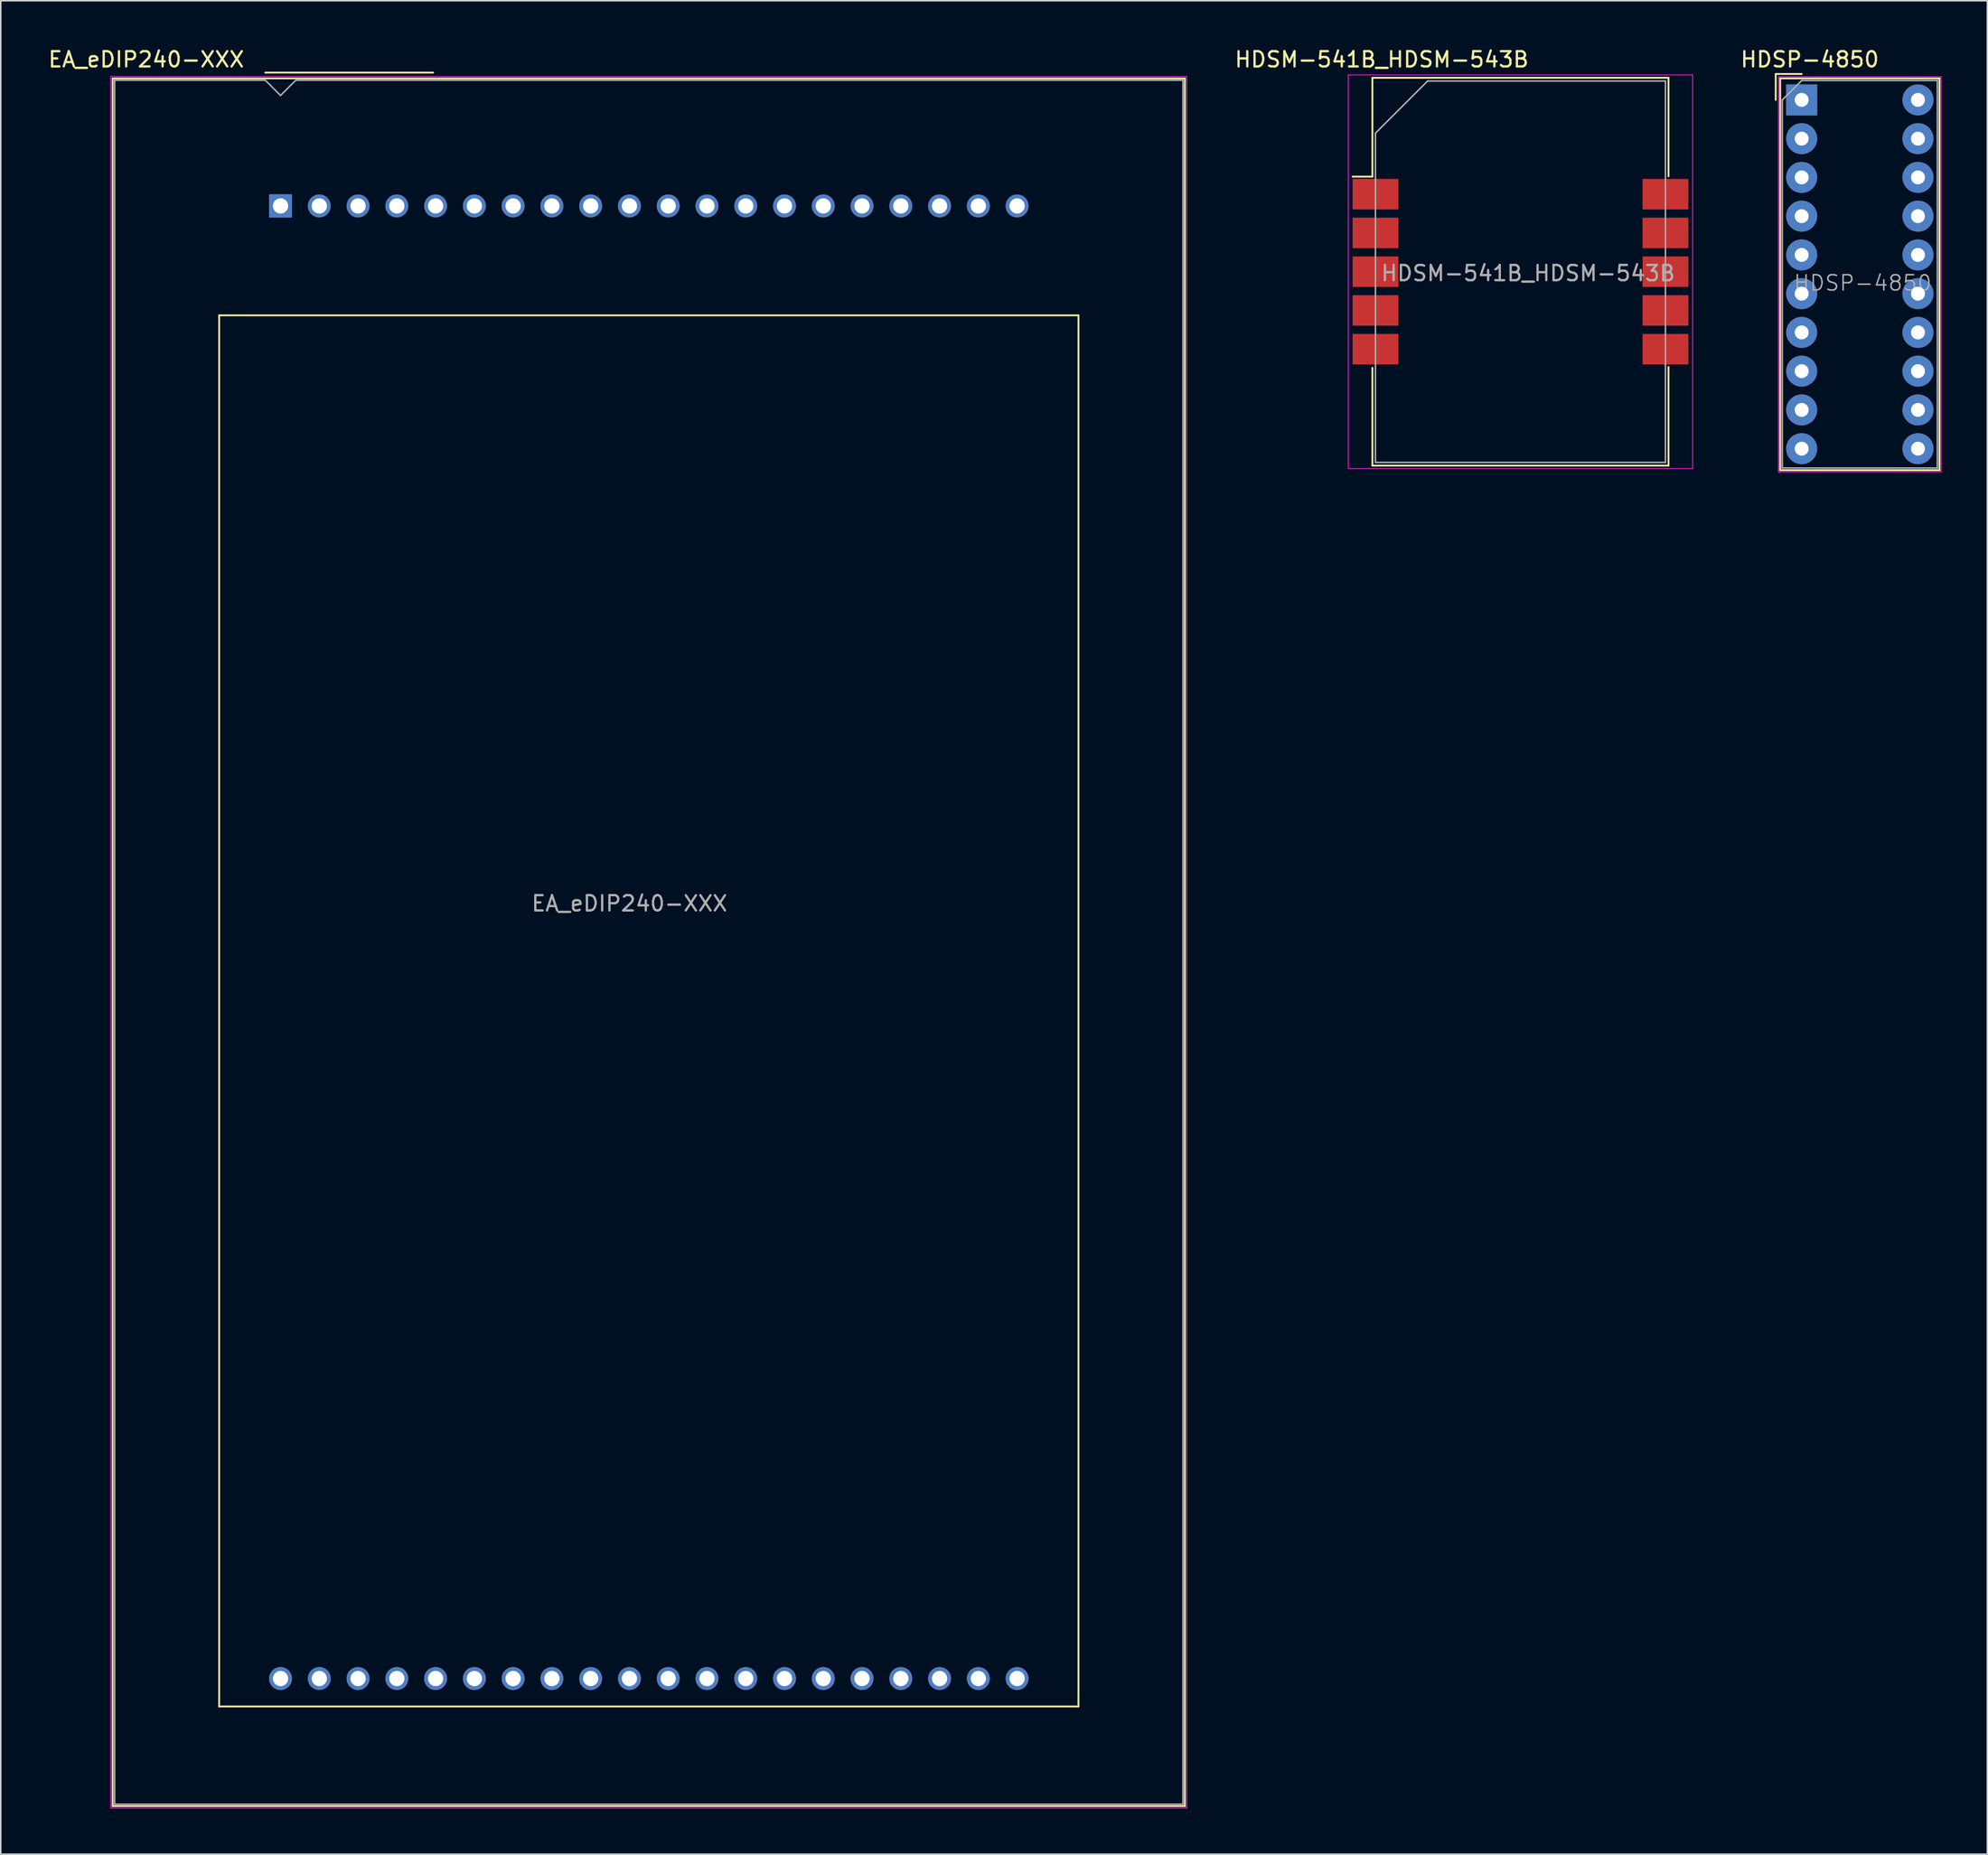
<source format=kicad_pcb>
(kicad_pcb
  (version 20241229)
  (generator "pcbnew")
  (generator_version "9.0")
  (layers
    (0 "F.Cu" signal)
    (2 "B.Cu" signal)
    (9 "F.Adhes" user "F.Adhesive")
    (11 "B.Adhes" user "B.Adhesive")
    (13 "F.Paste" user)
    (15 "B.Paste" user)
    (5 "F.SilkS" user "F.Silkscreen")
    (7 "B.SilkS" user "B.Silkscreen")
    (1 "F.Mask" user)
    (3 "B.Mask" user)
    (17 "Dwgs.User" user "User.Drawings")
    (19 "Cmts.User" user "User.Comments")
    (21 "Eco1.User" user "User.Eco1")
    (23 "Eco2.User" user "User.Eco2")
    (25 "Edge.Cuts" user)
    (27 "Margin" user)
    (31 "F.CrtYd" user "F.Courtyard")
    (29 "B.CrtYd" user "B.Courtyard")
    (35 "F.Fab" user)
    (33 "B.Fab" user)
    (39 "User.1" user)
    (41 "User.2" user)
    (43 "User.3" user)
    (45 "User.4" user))
  (footprint "HDSP-4850"
    (layer "F.Cu")
    (at 114.993 3.498)
    (property "Reference" "HDSP-4850" (at 0.53 -2.65 0) (layer "F.SilkS") (effects (font (size 1 1) (thickness 0.15))))
    (attr through_hole)
    (fp_line (start -1.7 -1.7) (end -1.7 0) (stroke (width 0.12) (type solid)) (layer "F.SilkS"))
    (fp_line (start -1.41 -1.41) (end 9.03 -1.41) (stroke (width 0.12) (type solid)) (layer "F.SilkS"))
    (fp_line (start -1.41 24.27) (end -1.41 -1.41) (stroke (width 0.12) (type solid)) (layer "F.SilkS"))
    (fp_line (start 0 -1.7) (end -1.7 -1.7) (stroke (width 0.12) (type solid)) (layer "F.SilkS"))
    (fp_line (start 9.03 -1.41) (end 9.03 24.27) (stroke (width 0.12) (type solid)) (layer "F.SilkS"))
    (fp_line (start 9.03 24.27) (end -1.41 24.27) (stroke (width 0.12) (type solid)) (layer "F.SilkS"))
    (fp_line (start -1.52 -1.52) (end -1.52 24.38) (stroke (width 0.05) (type solid)) (layer "F.CrtYd"))
    (fp_line (start -1.52 -1.52) (end 9.14 -1.52) (stroke (width 0.05) (type solid)) (layer "F.CrtYd"))
    (fp_line (start -1.52 24.38) (end 9.14 24.38) (stroke (width 0.05) (type solid)) (layer "F.CrtYd"))
    (fp_line (start 9.14 24.38) (end 9.14 -1.52) (stroke (width 0.05) (type solid)) (layer "F.CrtYd"))
    (fp_line (start -1.27 0) (end -1.27 24.13) (stroke (width 0.1) (type solid)) (layer "F.Fab"))
    (fp_line (start -1.27 24.13) (end 8.89 24.13) (stroke (width 0.1) (type solid)) (layer "F.Fab"))
    (fp_line (start 0 -1.27) (end -1.27 0) (stroke (width 0.1) (type solid)) (layer "F.Fab"))
    (fp_line (start 0 -1.27) (end 8.89 -1.27) (stroke (width 0.1) (type solid)) (layer "F.Fab"))
    (fp_line (start 8.89 -1.27) (end 8.89 24.13) (stroke (width 0.1) (type solid)) (layer "F.Fab"))
    (fp_text user "${REFERENCE}" (at 4 12 0) (layer "F.Fab") (effects (font (size 1 1) (thickness 0.1))))
    (pad "1" thru_hole rect (at 0 0 270) (size 2.032 2.032) (drill 0.914) (layers "*.Cu" "*.Mask"))
    (pad "2" thru_hole circle (at 0 2.54 270) (size 2.032 2.032) (drill 0.914) (layers "*.Cu" "*.Mask"))
    (pad "3" thru_hole circle (at 0 5.08 270) (size 2.032 2.032) (drill 0.914) (layers "*.Cu" "*.Mask"))
    (pad "4" thru_hole circle (at 0 7.62 270) (size 2.032 2.032) (drill 0.914) (layers "*.Cu" "*.Mask"))
    (pad "5" thru_hole circle (at 0 10.16 270) (size 2.032 2.032) (drill 0.914) (layers "*.Cu" "*.Mask"))
    (pad "6" thru_hole circle (at 0 12.7 270) (size 2.032 2.032) (drill 0.914) (layers "*.Cu" "*.Mask"))
    (pad "7" thru_hole circle (at 0 15.24 270) (size 2.032 2.032) (drill 0.914) (layers "*.Cu" "*.Mask"))
    (pad "8" thru_hole circle (at 0 17.78 270) (size 2.032 2.032) (drill 0.914) (layers "*.Cu" "*.Mask"))
    (pad "9" thru_hole circle (at 0 20.32 270) (size 2.032 2.032) (drill 0.914) (layers "*.Cu" "*.Mask"))
    (pad "10" thru_hole circle (at 0 22.86 270) (size 2.032 2.032) (drill 0.914) (layers "*.Cu" "*.Mask"))
    (pad "11" thru_hole circle (at 7.62 22.86 270) (size 2.032 2.032) (drill 0.914) (layers "*.Cu" "*.Mask"))
    (pad "12" thru_hole circle (at 7.62 20.32 270) (size 2.032 2.032) (drill 0.914) (layers "*.Cu" "*.Mask"))
    (pad "13" thru_hole circle (at 7.62 17.78 270) (size 2.032 2.032) (drill 0.914) (layers "*.Cu" "*.Mask"))
    (pad "14" thru_hole circle (at 7.62 15.24 270) (size 2.032 2.032) (drill 0.914) (layers "*.Cu" "*.Mask"))
    (pad "15" thru_hole circle (at 7.62 12.7 270) (size 2.032 2.032) (drill 0.914) (layers "*.Cu" "*.Mask"))
    (pad "16" thru_hole circle (at 7.62 10.16 270) (size 2.032 2.032) (drill 0.914) (layers "*.Cu" "*.Mask"))
    (pad "17" thru_hole circle (at 7.62 7.62 270) (size 2.032 2.032) (drill 0.914) (layers "*.Cu" "*.Mask"))
    (pad "18" thru_hole circle (at 7.62 5.08 270) (size 2.032 2.032) (drill 0.914) (layers "*.Cu" "*.Mask"))
    (pad "19" thru_hole circle (at 7.62 2.54 270) (size 2.032 2.032) (drill 0.914) (layers "*.Cu" "*.Mask"))
    (pad "20" thru_hole circle (at 7.62 0 270) (size 2.032 2.032) (drill 0.914) (layers "*.Cu" "*.Mask")))
  (footprint "EA_eDIP240-XXX"
    (layer "F.Cu")
    (at 15.33 10.448)
    (property "Reference" "EA_eDIP240-XXX" (at -8.8 -9.6 0) (layer "F.SilkS") (effects (font (size 1 1) (thickness 0.15))))
    (attr through_hole)
    (fp_line (start -11 -8.36) (end 59.25 -8.36) (stroke (width 0.12) (type solid)) (layer "F.SilkS"))
    (fp_line (start -11 104.88) (end -11 -8.36) (stroke (width 0.12) (type solid)) (layer "F.SilkS"))
    (fp_line (start -4.02 7.17) (end 52.28 7.17) (stroke (width 0.12) (type solid)) (layer "F.SilkS"))
    (fp_line (start -4.02 98.35) (end -4.02 7.17) (stroke (width 0.12) (type solid)) (layer "F.SilkS"))
    (fp_line (start -1 -8.74) (end 10 -8.74) (stroke (width 0.12) (type solid)) (layer "F.SilkS"))
    (fp_line (start 52.28 7.17) (end 52.28 98.35) (stroke (width 0.12) (type solid)) (layer "F.SilkS"))
    (fp_line (start 52.28 98.35) (end -4.02 98.35) (stroke (width 0.12) (type solid)) (layer "F.SilkS"))
    (fp_line (start 59.25 -8.36) (end 59.25 104.88) (stroke (width 0.12) (type solid)) (layer "F.SilkS"))
    (fp_line (start 59.25 104.88) (end -11 104.88) (stroke (width 0.12) (type solid)) (layer "F.SilkS"))
    (fp_line (start -11.13 -8.49) (end 59.38 -8.49) (stroke (width 0.05) (type solid)) (layer "F.CrtYd"))
    (fp_line (start -11.13 105.01) (end -11.13 -8.49) (stroke (width 0.05) (type solid)) (layer "F.CrtYd"))
    (fp_line (start 59.38 -8.49) (end 59.38 105.01) (stroke (width 0.05) (type solid)) (layer "F.CrtYd"))
    (fp_line (start 59.38 105.01) (end -11.13 105.01) (stroke (width 0.05) (type solid)) (layer "F.CrtYd"))
    (fp_line (start -10.87 104.76) (end -10.87 -8.24) (stroke (width 0.1) (type solid)) (layer "F.Fab"))
    (fp_line (start -1 -8.24) (end -10.87 -8.24) (stroke (width 0.1) (type solid)) (layer "F.Fab"))
    (fp_line (start 0 -7.24) (end -1 -8.24) (stroke (width 0.1) (type solid)) (layer "F.Fab"))
    (fp_line (start 1 -8.24) (end 0 -7.24) (stroke (width 0.1) (type solid)) (layer "F.Fab"))
    (fp_line (start 1 -8.24) (end 59.13 -8.24) (stroke (width 0.1) (type solid)) (layer "F.Fab"))
    (fp_line (start 59.13 -8.24) (end 59.13 104.76) (stroke (width 0.1) (type solid)) (layer "F.Fab"))
    (fp_line (start 59.13 104.76) (end -10.87 104.76) (stroke (width 0.1) (type solid)) (layer "F.Fab"))
    (fp_text user "${REFERENCE}" (at 22.86 45.72 0) (layer "F.Fab") (effects (font (size 1 1) (thickness 0.15))))
    (pad "1" thru_hole rect (at 0 0 180) (size 1.5 1.524) (drill 1) (layers "*.Cu" "*.Mask"))
    (pad "2" thru_hole circle (at 2.54 0 180) (size 1.5 1.5) (drill 1) (layers "*.Cu" "*.Mask"))
    (pad "3" thru_hole circle (at 5.08 0 180) (size 1.5 1.5) (drill 1) (layers "*.Cu" "*.Mask"))
    (pad "4" thru_hole circle (at 7.62 0 180) (size 1.5 1.5) (drill 1) (layers "*.Cu" "*.Mask"))
    (pad "5" thru_hole circle (at 10.16 0 180) (size 1.5 1.5) (drill 1) (layers "*.Cu" "*.Mask"))
    (pad "6" thru_hole circle (at 12.7 0 180) (size 1.5 1.5) (drill 1) (layers "*.Cu" "*.Mask"))
    (pad "7" thru_hole circle (at 15.24 0 180) (size 1.5 1.5) (drill 1) (layers "*.Cu" "*.Mask"))
    (pad "8" thru_hole circle (at 17.78 0 180) (size 1.5 1.5) (drill 1) (layers "*.Cu" "*.Mask"))
    (pad "9" thru_hole circle (at 20.32 0 180) (size 1.5 1.5) (drill 1) (layers "*.Cu" "*.Mask"))
    (pad "10" thru_hole circle (at 22.86 0 180) (size 1.5 1.5) (drill 1) (layers "*.Cu" "*.Mask"))
    (pad "11" thru_hole circle (at 25.4 0 180) (size 1.5 1.5) (drill 1) (layers "*.Cu" "*.Mask"))
    (pad "12" thru_hole circle (at 27.94 0 180) (size 1.5 1.5) (drill 1) (layers "*.Cu" "*.Mask"))
    (pad "13" thru_hole circle (at 30.48 0 180) (size 1.5 1.5) (drill 1) (layers "*.Cu" "*.Mask"))
    (pad "14" thru_hole circle (at 33.02 0 180) (size 1.5 1.5) (drill 1) (layers "*.Cu" "*.Mask"))
    (pad "15" thru_hole circle (at 35.56 0 180) (size 1.5 1.5) (drill 1) (layers "*.Cu" "*.Mask"))
    (pad "16" thru_hole circle (at 38.1 0 180) (size 1.5 1.5) (drill 1) (layers "*.Cu" "*.Mask"))
    (pad "17" thru_hole circle (at 40.64 0 180) (size 1.5 1.5) (drill 1) (layers "*.Cu" "*.Mask"))
    (pad "18" thru_hole circle (at 43.18 0 180) (size 1.5 1.5) (drill 1) (layers "*.Cu" "*.Mask"))
    (pad "19" thru_hole circle (at 45.72 0 180) (size 1.5 1.5) (drill 1) (layers "*.Cu" "*.Mask"))
    (pad "20" thru_hole circle (at 48.26 0 180) (size 1.5 1.5) (drill 1) (layers "*.Cu" "*.Mask"))
    (pad "21" thru_hole circle (at 48.26 96.52 180) (size 1.5 1.5) (drill 1) (layers "*.Cu" "*.Mask"))
    (pad "22" thru_hole circle (at 45.72 96.52 180) (size 1.5 1.5) (drill 1) (layers "*.Cu" "*.Mask"))
    (pad "23" thru_hole circle (at 43.18 96.52 180) (size 1.5 1.5) (drill 1) (layers "*.Cu" "*.Mask"))
    (pad "24" thru_hole circle (at 40.64 96.52 180) (size 1.5 1.5) (drill 1) (layers "*.Cu" "*.Mask"))
    (pad "25" thru_hole circle (at 38.1 96.52 180) (size 1.5 1.5) (drill 1) (layers "*.Cu" "*.Mask"))
    (pad "26" thru_hole circle (at 35.56 96.52 180) (size 1.5 1.5) (drill 1) (layers "*.Cu" "*.Mask"))
    (pad "27" thru_hole circle (at 33.02 96.52 180) (size 1.5 1.5) (drill 1) (layers "*.Cu" "*.Mask"))
    (pad "28" thru_hole circle (at 30.48 96.52 180) (size 1.5 1.5) (drill 1) (layers "*.Cu" "*.Mask"))
    (pad "29" thru_hole circle (at 27.94 96.52 180) (size 1.5 1.5) (drill 1) (layers "*.Cu" "*.Mask"))
    (pad "30" thru_hole circle (at 25.4 96.52 180) (size 1.5 1.5) (drill 1) (layers "*.Cu" "*.Mask"))
    (pad "31" thru_hole circle (at 22.86 96.52 180) (size 1.5 1.5) (drill 1) (layers "*.Cu" "*.Mask"))
    (pad "32" thru_hole circle (at 20.32 96.52 180) (size 1.5 1.5) (drill 1) (layers "*.Cu" "*.Mask"))
    (pad "33" thru_hole circle (at 17.78 96.52 180) (size 1.5 1.5) (drill 1) (layers "*.Cu" "*.Mask"))
    (pad "34" thru_hole circle (at 15.24 96.52 180) (size 1.5 1.5) (drill 1) (layers "*.Cu" "*.Mask"))
    (pad "35" thru_hole circle (at 12.7 96.52 180) (size 1.5 1.5) (drill 1) (layers "*.Cu" "*.Mask"))
    (pad "36" thru_hole circle (at 10.16 96.52 180) (size 1.5 1.5) (drill 1) (layers "*.Cu" "*.Mask"))
    (pad "37" thru_hole circle (at 7.62 96.52 180) (size 1.5 1.5) (drill 1) (layers "*.Cu" "*.Mask"))
    (pad "38" thru_hole circle (at 5.08 96.52 180) (size 1.5 1.5) (drill 1) (layers "*.Cu" "*.Mask"))
    (pad "39" thru_hole circle (at 2.54 96.52 180) (size 1.5 1.5) (drill 1) (layers "*.Cu" "*.Mask"))
    (pad "40" thru_hole circle (at 0 96.52 180) (size 1.5 1.5) (drill 1) (layers "*.Cu" "*.Mask")))
  (footprint "HDSM-541B_HDSM-543B"
    (layer "F.Cu")
    (at 96.569 14.758)
    (property "Reference" "HDSM-541B_HDSM-543B" (at -9.09 -13.91 0) (layer "F.SilkS") (effects (font (size 1 1) (thickness 0.15))))
    (attr smd)
    (fp_line (start -11 -6.23) (end -9.7 -6.23) (stroke (width 0.12) (type solid)) (layer "F.SilkS"))
    (fp_line (start -9.7 -12.71) (end 9.7 -12.71) (stroke (width 0.12) (type solid)) (layer "F.SilkS"))
    (fp_line (start -9.7 -6.23) (end -9.7 -12.71) (stroke (width 0.12) (type solid)) (layer "F.SilkS"))
    (fp_line (start -9.7 6.3) (end -9.7 12.71) (stroke (width 0.12) (type solid)) (layer "F.SilkS"))
    (fp_line (start -9.7 12.71) (end 9.7 12.71) (stroke (width 0.12) (type solid)) (layer "F.SilkS"))
    (fp_line (start 9.7 -6.25) (end 9.7 -12.71) (stroke (width 0.12) (type solid)) (layer "F.SilkS"))
    (fp_line (start 9.7 6.25) (end 9.7 12.71) (stroke (width 0.12) (type solid)) (layer "F.SilkS"))
    (fp_line (start -11.28 -12.9) (end 11.28 -12.9) (stroke (width 0.05) (type solid)) (layer "F.CrtYd"))
    (fp_line (start -11.28 12.9) (end -11.28 -12.9) (stroke (width 0.05) (type solid)) (layer "F.CrtYd"))
    (fp_line (start 11.28 -12.9) (end 11.28 12.9) (stroke (width 0.05) (type solid)) (layer "F.CrtYd"))
    (fp_line (start 11.28 12.9) (end -11.28 12.9) (stroke (width 0.05) (type solid)) (layer "F.CrtYd"))
    (fp_line (start -9.5 -9.08) (end -6.08 -12.5) (stroke (width 0.1) (type solid)) (layer "F.Fab"))
    (fp_line (start -9.5 12.5) (end -9.5 -9.08) (stroke (width 0.1) (type solid)) (layer "F.Fab"))
    (fp_line (start -6.08 -12.5) (end 9.5 -12.5) (stroke (width 0.1) (type solid)) (layer "F.Fab"))
    (fp_line (start 9.5 -12.5) (end 9.5 12.5) (stroke (width 0.1) (type solid)) (layer "F.Fab"))
    (fp_line (start 9.5 12.5) (end -9.5 12.5) (stroke (width 0.1) (type solid)) (layer "F.Fab"))
    (fp_text user "${REFERENCE}" (at 0.5 0.1 0) (layer "F.Fab") (effects (font (size 1 1) (thickness 0.15))))
    (pad "1" smd rect (at -9.5 -5.08) (size 3 2) (layers "F.Cu" "F.Mask" "F.Paste"))
    (pad "2" smd rect (at -9.5 -2.54) (size 3 2) (layers "F.Cu" "F.Mask" "F.Paste"))
    (pad "3" smd rect (at -9.5 0) (size 3 2) (layers "F.Cu" "F.Mask" "F.Paste"))
    (pad "4" smd rect (at -9.5 2.54) (size 3 2) (layers "F.Cu" "F.Mask" "F.Paste"))
    (pad "5" smd rect (at -9.5 5.08) (size 3 2) (layers "F.Cu" "F.Mask" "F.Paste"))
    (pad "6" smd rect (at 9.5 5.08) (size 3 2) (layers "F.Cu" "F.Mask" "F.Paste"))
    (pad "7" smd rect (at 9.5 2.54) (size 3 2) (layers "F.Cu" "F.Mask" "F.Paste"))
    (pad "8" smd rect (at 9.5 0) (size 3 2) (layers "F.Cu" "F.Mask" "F.Paste"))
    (pad "9" smd rect (at 9.5 -2.54) (size 3 2) (layers "F.Cu" "F.Mask" "F.Paste"))
    (pad "10" smd rect (at 9.5 -5.08) (size 3 2) (layers "F.Cu" "F.Mask" "F.Paste")))
  (gr_rect
    (start -3 -3)
    (end 127.158 118.483)
    (stroke (width 0.1) (type default))
    (fill no)
    (layer "Edge.Cuts")))
</source>
